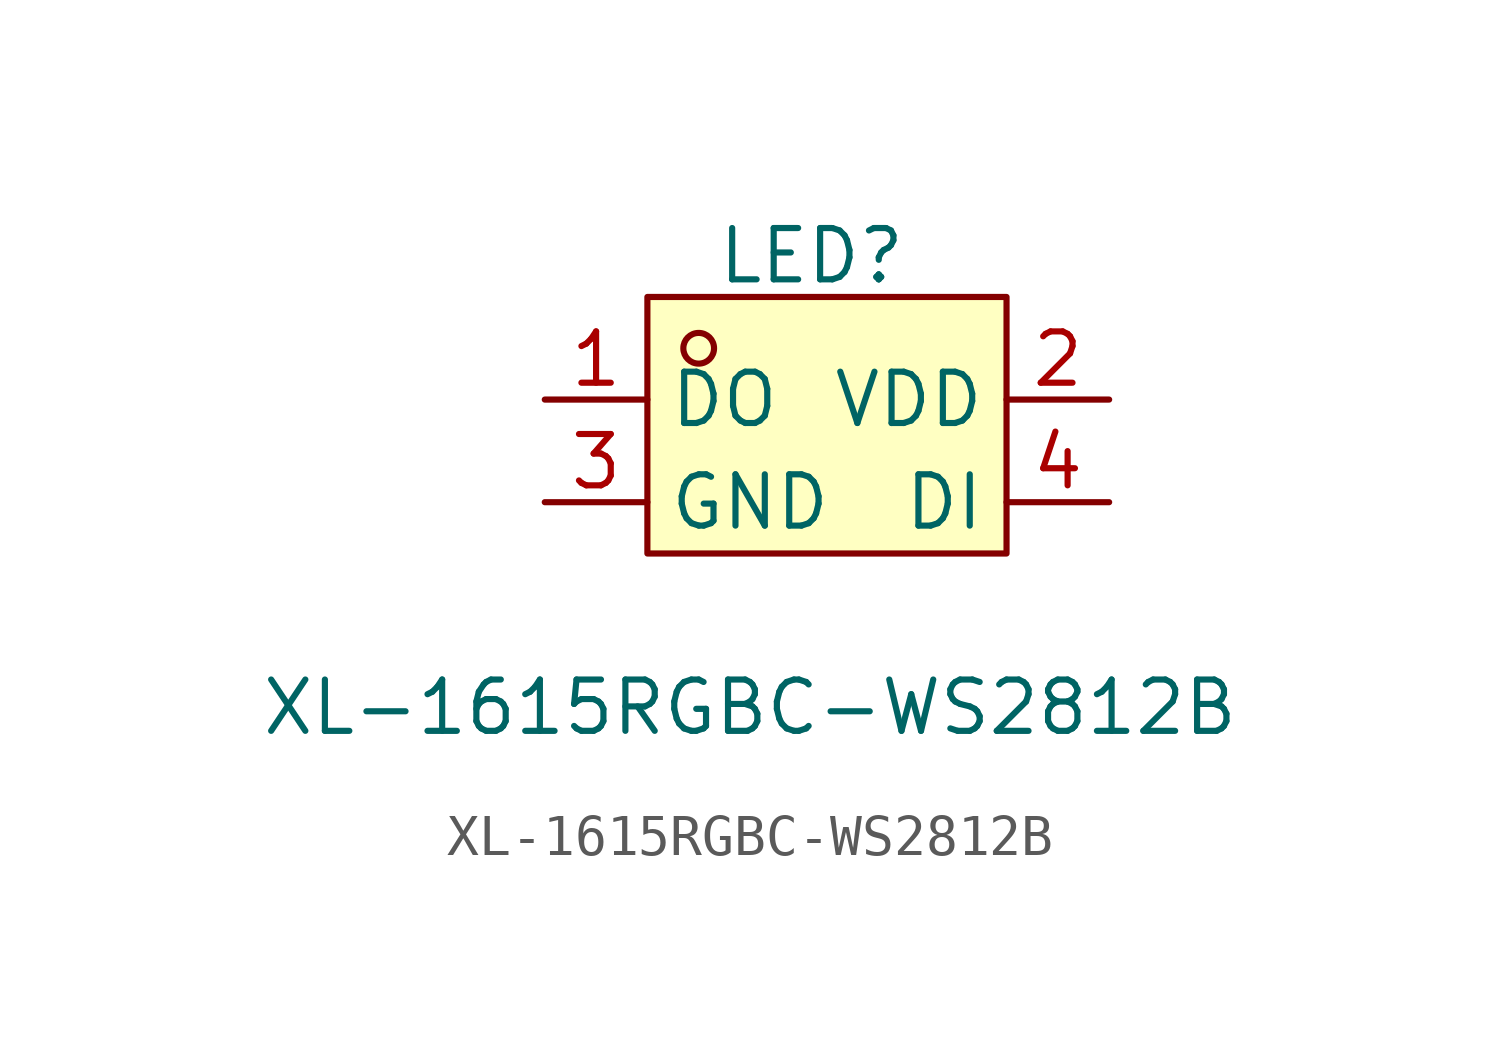
<source format=kicad_sym>
(kicad_symbol_lib
  (version 20231120)
  (generator "kicad_symbol_editor")
  (generator_version "8.0")
  (symbol "XL-1615RGBC-WS2812B"
    (property "Reference" "LED"
      (at 1.524 4.826 0)
      (effects (font (size 1.27 1.27))))
    (property "Value" "XL-1615RGBC-WS2812B"
      (at 0 -6.35 0)
      (effects (font (size 1.27 1.27))))
    (symbol "XL-1615RGBC-WS2812B_0_1"
      (rectangle (start -2.54 3.81) (end 6.35 -2.54) (stroke (width 0) (type default)) (fill (type background)))
      (circle (center -1.27 2.54) (radius 0.38) (stroke (width 0) (type default)) (fill (type none))))
    (symbol "XL-1615RGBC-WS2812B_1_1"
      (pin output line (at -5.08 1.27 0) (length 2.54) (name "DO" (effects (font (size 1.27 1.27)))) (number "1" (effects (font (size 1.27 1.27)))))
      (pin power_in line (at 8.89 1.27 180) (length 2.54) (name "VDD" (effects (font (size 1.27 1.27)))) (number "2" (effects (font (size 1.27 1.27)))))
      (pin power_in line (at -5.08 -1.27 0) (length 2.54) (name "GND" (effects (font (size 1.27 1.27)))) (number "3" (effects (font (size 1.27 1.27)))))
      (pin input line (at 8.89 -1.27 180) (length 2.54) (name "DI" (effects (font (size 1.27 1.27)))) (number "4" (effects (font (size 1.27 1.27))))))))
</source>
